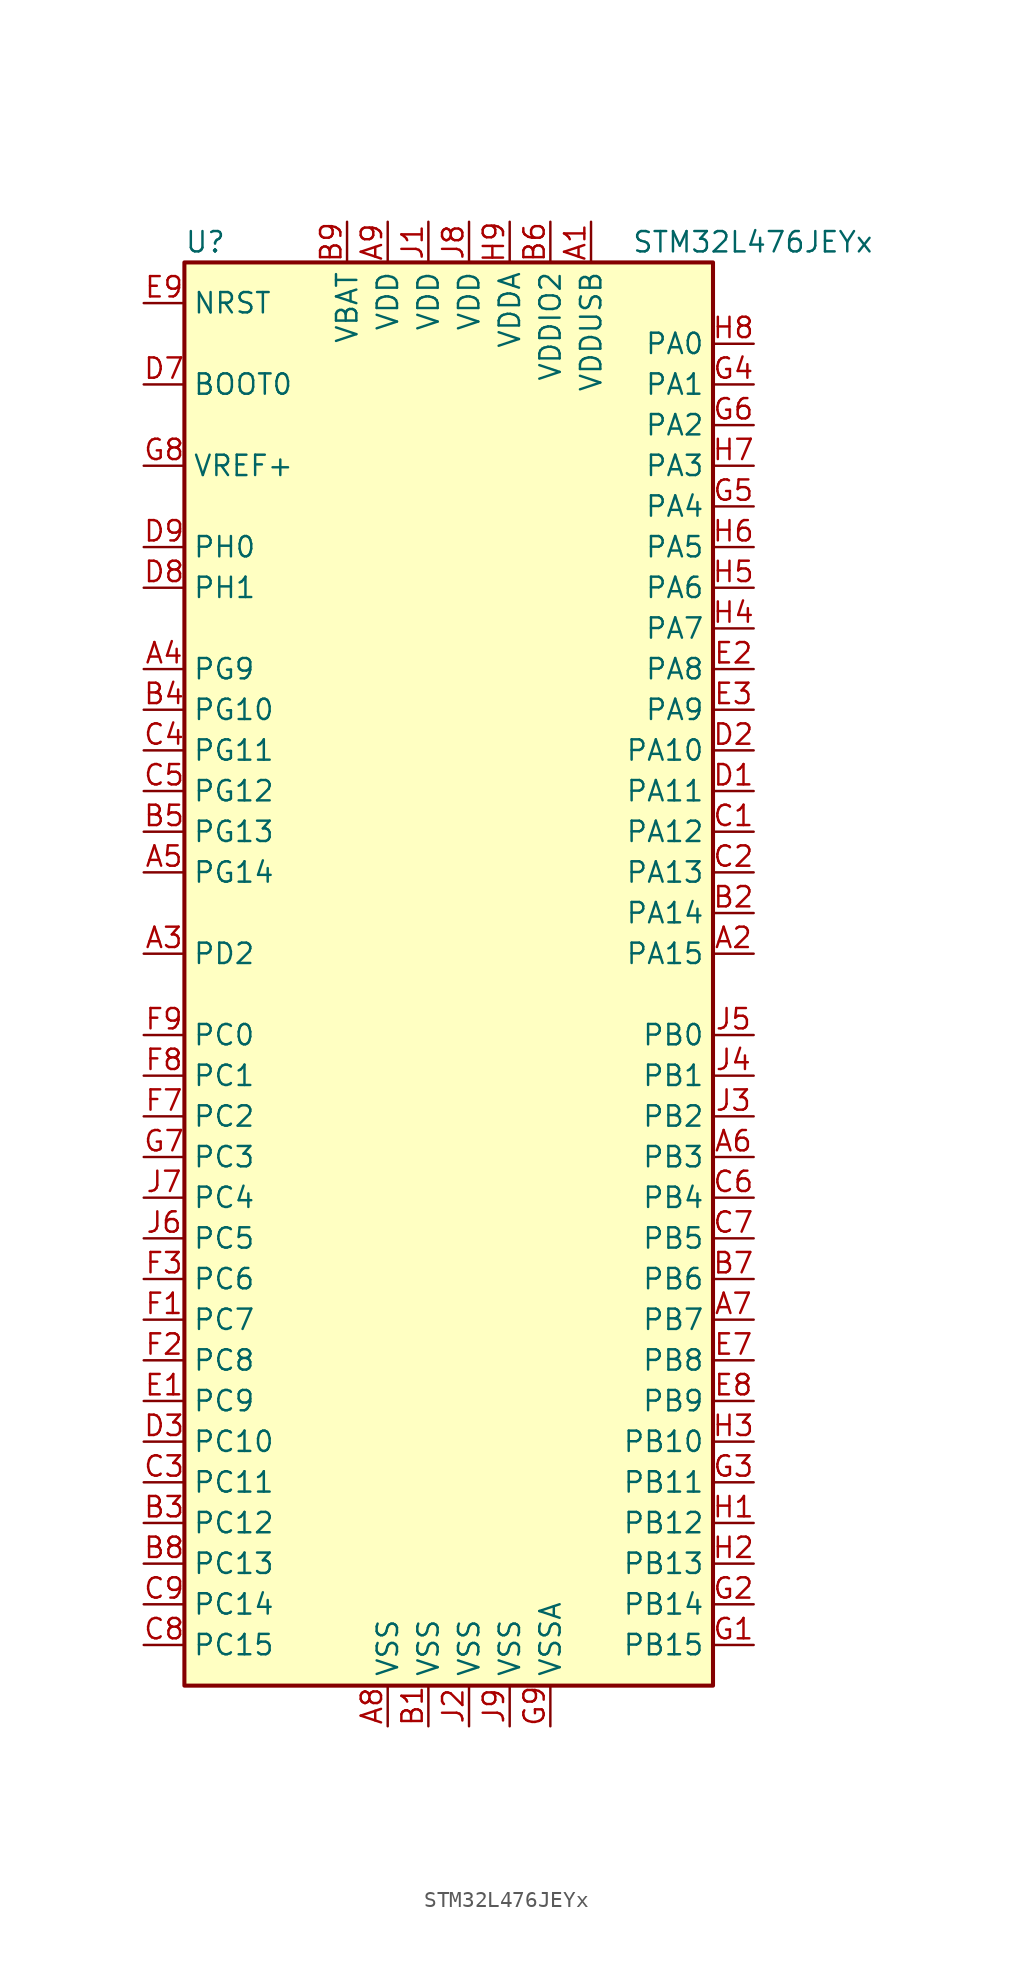
<source format=kicad_sym>
(kicad_symbol_lib
  (version 20201005)
  (generator kicad_symbol_editor)
  (symbol "STM32L476JEYx"
    (property "Reference" "U"
      (at -17.78 44.45 0)
      (effects (font (size 1.27 1.27)) (justify left)))
    (property "Value" "STM32L476JEYx"
      (at 10.16 44.45 0)
      (effects (font (size 1.27 1.27)) (justify left)))
    (symbol "STM32L476JEYx_0_1"
      (rectangle (start -17.78 -45.72) (end 15.24 43.18) (stroke (width 0.254)) (fill (type background))))
    (symbol "STM32L476JEYx_1_1"
      (pin power_in line (at 7.62 45.72 270) (length 2.54) (name "VDDUSB" (effects (font (size 1.27 1.27)))) (number "A1" (effects (font (size 1.27 1.27)))))
      (pin bidirectional line (at 17.78 0 180) (length 2.54) (name "PA15" (effects (font (size 1.27 1.27)))) (number "A2" (effects (font (size 1.27 1.27)))))
      (pin bidirectional line (at -20.32 0 0) (length 2.54) (name "PD2" (effects (font (size 1.27 1.27)))) (number "A3" (effects (font (size 1.27 1.27)))))
      (pin bidirectional line (at -20.32 17.78 0) (length 2.54) (name "PG9" (effects (font (size 1.27 1.27)))) (number "A4" (effects (font (size 1.27 1.27)))))
      (pin bidirectional line (at -20.32 5.08 0) (length 2.54) (name "PG14" (effects (font (size 1.27 1.27)))) (number "A5" (effects (font (size 1.27 1.27)))))
      (pin bidirectional line (at 17.78 -12.7 180) (length 2.54) (name "PB3" (effects (font (size 1.27 1.27)))) (number "A6" (effects (font (size 1.27 1.27)))))
      (pin bidirectional line (at 17.78 -22.86 180) (length 2.54) (name "PB7" (effects (font (size 1.27 1.27)))) (number "A7" (effects (font (size 1.27 1.27)))))
      (pin power_in line (at -5.08 -48.26 90) (length 2.54) (name "VSS" (effects (font (size 1.27 1.27)))) (number "A8" (effects (font (size 1.27 1.27)))))
      (pin power_in line (at -5.08 45.72 270) (length 2.54) (name "VDD" (effects (font (size 1.27 1.27)))) (number "A9" (effects (font (size 1.27 1.27)))))
      (pin power_in line (at -2.54 -48.26 90) (length 2.54) (name "VSS" (effects (font (size 1.27 1.27)))) (number "B1" (effects (font (size 1.27 1.27)))))
      (pin bidirectional line (at 17.78 2.54 180) (length 2.54) (name "PA14" (effects (font (size 1.27 1.27)))) (number "B2" (effects (font (size 1.27 1.27)))))
      (pin bidirectional line (at -20.32 -35.56 0) (length 2.54) (name "PC12" (effects (font (size 1.27 1.27)))) (number "B3" (effects (font (size 1.27 1.27)))))
      (pin bidirectional line (at -20.32 15.24 0) (length 2.54) (name "PG10" (effects (font (size 1.27 1.27)))) (number "B4" (effects (font (size 1.27 1.27)))))
      (pin bidirectional line (at -20.32 7.62 0) (length 2.54) (name "PG13" (effects (font (size 1.27 1.27)))) (number "B5" (effects (font (size 1.27 1.27)))))
      (pin power_in line (at 5.08 45.72 270) (length 2.54) (name "VDDIO2" (effects (font (size 1.27 1.27)))) (number "B6" (effects (font (size 1.27 1.27)))))
      (pin bidirectional line (at 17.78 -20.32 180) (length 2.54) (name "PB6" (effects (font (size 1.27 1.27)))) (number "B7" (effects (font (size 1.27 1.27)))))
      (pin bidirectional line (at -20.32 -38.1 0) (length 2.54) (name "PC13" (effects (font (size 1.27 1.27)))) (number "B8" (effects (font (size 1.27 1.27)))))
      (pin power_in line (at -7.62 45.72 270) (length 2.54) (name "VBAT" (effects (font (size 1.27 1.27)))) (number "B9" (effects (font (size 1.27 1.27)))))
      (pin bidirectional line (at 17.78 7.62 180) (length 2.54) (name "PA12" (effects (font (size 1.27 1.27)))) (number "C1" (effects (font (size 1.27 1.27)))))
      (pin bidirectional line (at 17.78 5.08 180) (length 2.54) (name "PA13" (effects (font (size 1.27 1.27)))) (number "C2" (effects (font (size 1.27 1.27)))))
      (pin bidirectional line (at -20.32 -33.02 0) (length 2.54) (name "PC11" (effects (font (size 1.27 1.27)))) (number "C3" (effects (font (size 1.27 1.27)))))
      (pin bidirectional line (at -20.32 12.7 0) (length 2.54) (name "PG11" (effects (font (size 1.27 1.27)))) (number "C4" (effects (font (size 1.27 1.27)))))
      (pin bidirectional line (at -20.32 10.16 0) (length 2.54) (name "PG12" (effects (font (size 1.27 1.27)))) (number "C5" (effects (font (size 1.27 1.27)))))
      (pin bidirectional line (at 17.78 -15.24 180) (length 2.54) (name "PB4" (effects (font (size 1.27 1.27)))) (number "C6" (effects (font (size 1.27 1.27)))))
      (pin bidirectional line (at 17.78 -17.78 180) (length 2.54) (name "PB5" (effects (font (size 1.27 1.27)))) (number "C7" (effects (font (size 1.27 1.27)))))
      (pin bidirectional line (at -20.32 -43.18 0) (length 2.54) (name "PC15" (effects (font (size 1.27 1.27)))) (number "C8" (effects (font (size 1.27 1.27)))))
      (pin bidirectional line (at -20.32 -40.64 0) (length 2.54) (name "PC14" (effects (font (size 1.27 1.27)))) (number "C9" (effects (font (size 1.27 1.27)))))
      (pin bidirectional line (at 17.78 10.16 180) (length 2.54) (name "PA11" (effects (font (size 1.27 1.27)))) (number "D1" (effects (font (size 1.27 1.27)))))
      (pin bidirectional line (at 17.78 12.7 180) (length 2.54) (name "PA10" (effects (font (size 1.27 1.27)))) (number "D2" (effects (font (size 1.27 1.27)))))
      (pin bidirectional line (at -20.32 -30.48 0) (length 2.54) (name "PC10" (effects (font (size 1.27 1.27)))) (number "D3" (effects (font (size 1.27 1.27)))))
      (pin input line (at -20.32 35.56 0) (length 2.54) (name "BOOT0" (effects (font (size 1.27 1.27)))) (number "D7" (effects (font (size 1.27 1.27)))))
      (pin input line (at -20.32 22.86 0) (length 2.54) (name "PH1" (effects (font (size 1.27 1.27)))) (number "D8" (effects (font (size 1.27 1.27)))))
      (pin input line (at -20.32 25.4 0) (length 2.54) (name "PH0" (effects (font (size 1.27 1.27)))) (number "D9" (effects (font (size 1.27 1.27)))))
      (pin bidirectional line (at -20.32 -27.94 0) (length 2.54) (name "PC9" (effects (font (size 1.27 1.27)))) (number "E1" (effects (font (size 1.27 1.27)))))
      (pin bidirectional line (at 17.78 17.78 180) (length 2.54) (name "PA8" (effects (font (size 1.27 1.27)))) (number "E2" (effects (font (size 1.27 1.27)))))
      (pin bidirectional line (at 17.78 15.24 180) (length 2.54) (name "PA9" (effects (font (size 1.27 1.27)))) (number "E3" (effects (font (size 1.27 1.27)))))
      (pin bidirectional line (at 17.78 -25.4 180) (length 2.54) (name "PB8" (effects (font (size 1.27 1.27)))) (number "E7" (effects (font (size 1.27 1.27)))))
      (pin bidirectional line (at 17.78 -27.94 180) (length 2.54) (name "PB9" (effects (font (size 1.27 1.27)))) (number "E8" (effects (font (size 1.27 1.27)))))
      (pin input line (at -20.32 40.64 0) (length 2.54) (name "NRST" (effects (font (size 1.27 1.27)))) (number "E9" (effects (font (size 1.27 1.27)))))
      (pin bidirectional line (at -20.32 -22.86 0) (length 2.54) (name "PC7" (effects (font (size 1.27 1.27)))) (number "F1" (effects (font (size 1.27 1.27)))))
      (pin bidirectional line (at -20.32 -25.4 0) (length 2.54) (name "PC8" (effects (font (size 1.27 1.27)))) (number "F2" (effects (font (size 1.27 1.27)))))
      (pin bidirectional line (at -20.32 -20.32 0) (length 2.54) (name "PC6" (effects (font (size 1.27 1.27)))) (number "F3" (effects (font (size 1.27 1.27)))))
      (pin bidirectional line (at -20.32 -10.16 0) (length 2.54) (name "PC2" (effects (font (size 1.27 1.27)))) (number "F7" (effects (font (size 1.27 1.27)))))
      (pin bidirectional line (at -20.32 -7.62 0) (length 2.54) (name "PC1" (effects (font (size 1.27 1.27)))) (number "F8" (effects (font (size 1.27 1.27)))))
      (pin bidirectional line (at -20.32 -5.08 0) (length 2.54) (name "PC0" (effects (font (size 1.27 1.27)))) (number "F9" (effects (font (size 1.27 1.27)))))
      (pin bidirectional line (at 17.78 -43.18 180) (length 2.54) (name "PB15" (effects (font (size 1.27 1.27)))) (number "G1" (effects (font (size 1.27 1.27)))))
      (pin bidirectional line (at 17.78 -40.64 180) (length 2.54) (name "PB14" (effects (font (size 1.27 1.27)))) (number "G2" (effects (font (size 1.27 1.27)))))
      (pin bidirectional line (at 17.78 -33.02 180) (length 2.54) (name "PB11" (effects (font (size 1.27 1.27)))) (number "G3" (effects (font (size 1.27 1.27)))))
      (pin bidirectional line (at 17.78 35.56 180) (length 2.54) (name "PA1" (effects (font (size 1.27 1.27)))) (number "G4" (effects (font (size 1.27 1.27)))))
      (pin bidirectional line (at 17.78 27.94 180) (length 2.54) (name "PA4" (effects (font (size 1.27 1.27)))) (number "G5" (effects (font (size 1.27 1.27)))))
      (pin bidirectional line (at 17.78 33.02 180) (length 2.54) (name "PA2" (effects (font (size 1.27 1.27)))) (number "G6" (effects (font (size 1.27 1.27)))))
      (pin bidirectional line (at -20.32 -12.7 0) (length 2.54) (name "PC3" (effects (font (size 1.27 1.27)))) (number "G7" (effects (font (size 1.27 1.27)))))
      (pin bidirectional line (at -20.32 30.48 0) (length 2.54) (name "VREF+" (effects (font (size 1.27 1.27)))) (number "G8" (effects (font (size 1.27 1.27)))))
      (pin power_in line (at 5.08 -48.26 90) (length 2.54) (name "VSSA" (effects (font (size 1.27 1.27)))) (number "G9" (effects (font (size 1.27 1.27)))))
      (pin bidirectional line (at 17.78 -35.56 180) (length 2.54) (name "PB12" (effects (font (size 1.27 1.27)))) (number "H1" (effects (font (size 1.27 1.27)))))
      (pin bidirectional line (at 17.78 -38.1 180) (length 2.54) (name "PB13" (effects (font (size 1.27 1.27)))) (number "H2" (effects (font (size 1.27 1.27)))))
      (pin bidirectional line (at 17.78 -30.48 180) (length 2.54) (name "PB10" (effects (font (size 1.27 1.27)))) (number "H3" (effects (font (size 1.27 1.27)))))
      (pin bidirectional line (at 17.78 20.32 180) (length 2.54) (name "PA7" (effects (font (size 1.27 1.27)))) (number "H4" (effects (font (size 1.27 1.27)))))
      (pin bidirectional line (at 17.78 22.86 180) (length 2.54) (name "PA6" (effects (font (size 1.27 1.27)))) (number "H5" (effects (font (size 1.27 1.27)))))
      (pin bidirectional line (at 17.78 25.4 180) (length 2.54) (name "PA5" (effects (font (size 1.27 1.27)))) (number "H6" (effects (font (size 1.27 1.27)))))
      (pin bidirectional line (at 17.78 30.48 180) (length 2.54) (name "PA3" (effects (font (size 1.27 1.27)))) (number "H7" (effects (font (size 1.27 1.27)))))
      (pin bidirectional line (at 17.78 38.1 180) (length 2.54) (name "PA0" (effects (font (size 1.27 1.27)))) (number "H8" (effects (font (size 1.27 1.27)))))
      (pin power_in line (at 2.54 45.72 270) (length 2.54) (name "VDDA" (effects (font (size 1.27 1.27)))) (number "H9" (effects (font (size 1.27 1.27)))))
      (pin power_in line (at -2.54 45.72 270) (length 2.54) (name "VDD" (effects (font (size 1.27 1.27)))) (number "J1" (effects (font (size 1.27 1.27)))))
      (pin power_in line (at 0 -48.26 90) (length 2.54) (name "VSS" (effects (font (size 1.27 1.27)))) (number "J2" (effects (font (size 1.27 1.27)))))
      (pin bidirectional line (at 17.78 -10.16 180) (length 2.54) (name "PB2" (effects (font (size 1.27 1.27)))) (number "J3" (effects (font (size 1.27 1.27)))))
      (pin bidirectional line (at 17.78 -7.62 180) (length 2.54) (name "PB1" (effects (font (size 1.27 1.27)))) (number "J4" (effects (font (size 1.27 1.27)))))
      (pin bidirectional line (at 17.78 -5.08 180) (length 2.54) (name "PB0" (effects (font (size 1.27 1.27)))) (number "J5" (effects (font (size 1.27 1.27)))))
      (pin bidirectional line (at -20.32 -17.78 0) (length 2.54) (name "PC5" (effects (font (size 1.27 1.27)))) (number "J6" (effects (font (size 1.27 1.27)))))
      (pin bidirectional line (at -20.32 -15.24 0) (length 2.54) (name "PC4" (effects (font (size 1.27 1.27)))) (number "J7" (effects (font (size 1.27 1.27)))))
      (pin power_in line (at 0 45.72 270) (length 2.54) (name "VDD" (effects (font (size 1.27 1.27)))) (number "J8" (effects (font (size 1.27 1.27)))))
      (pin power_in line (at 2.54 -48.26 90) (length 2.54) (name "VSS" (effects (font (size 1.27 1.27)))) (number "J9" (effects (font (size 1.27 1.27))))))))
</source>
